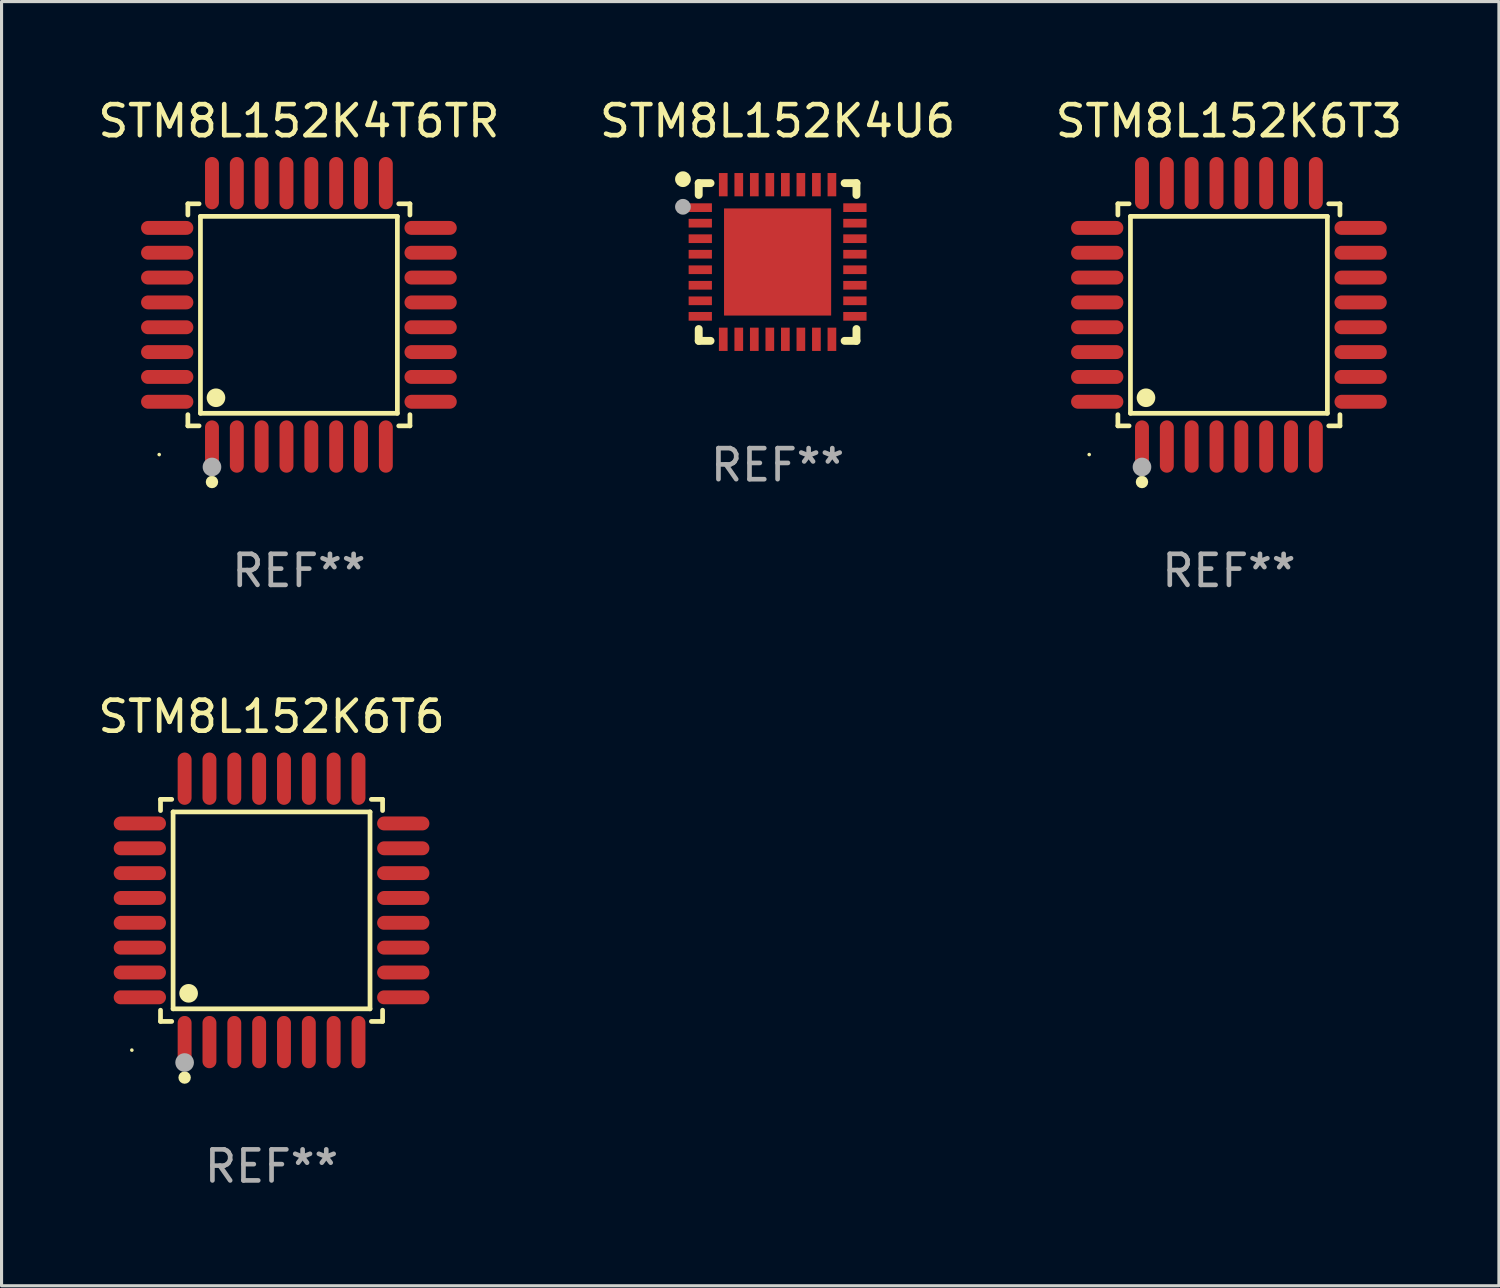
<source format=kicad_pcb>
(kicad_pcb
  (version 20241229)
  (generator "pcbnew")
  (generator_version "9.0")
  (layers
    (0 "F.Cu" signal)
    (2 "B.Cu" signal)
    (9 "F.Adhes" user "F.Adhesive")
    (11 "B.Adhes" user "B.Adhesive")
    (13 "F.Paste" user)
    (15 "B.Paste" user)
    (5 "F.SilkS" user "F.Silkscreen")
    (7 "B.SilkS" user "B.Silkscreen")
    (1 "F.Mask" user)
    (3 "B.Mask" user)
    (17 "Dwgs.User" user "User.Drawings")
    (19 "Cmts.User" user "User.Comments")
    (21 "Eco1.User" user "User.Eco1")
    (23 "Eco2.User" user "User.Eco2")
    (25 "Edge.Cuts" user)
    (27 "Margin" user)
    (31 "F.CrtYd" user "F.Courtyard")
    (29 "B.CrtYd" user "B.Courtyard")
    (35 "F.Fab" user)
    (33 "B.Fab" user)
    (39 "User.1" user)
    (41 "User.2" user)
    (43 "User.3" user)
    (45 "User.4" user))
  (footprint "STM8L152K6T3"
    (layer "F.Cu")
    (at 36.53 7.09)
    (property "Reference" "STM8L152K6T3" (at 0 -6.242 0) (layer "F.SilkS") (effects (font (size 1 1) (thickness 0.15))))
    (attr through_hole)
    (fp_line (start -3.576 -3.576) (end -3.215 -3.576) (stroke (width 0.152) (type solid)) (layer "F.SilkS"))
    (fp_line (start -3.576 -3.215) (end -3.576 -3.576) (stroke (width 0.152) (type solid)) (layer "F.SilkS"))
    (fp_line (start -3.576 3.215) (end -3.576 3.576) (stroke (width 0.152) (type solid)) (layer "F.SilkS"))
    (fp_line (start -3.576 3.576) (end -3.215 3.576) (stroke (width 0.152) (type solid)) (layer "F.SilkS"))
    (fp_line (start -3.171 -3.171) (end 3.171 -3.171) (stroke (width 0.152) (type solid)) (layer "F.SilkS"))
    (fp_line (start -3.171 3.171) (end -3.171 -3.171) (stroke (width 0.152) (type solid)) (layer "F.SilkS"))
    (fp_line (start 3.171 -3.171) (end 3.171 3.171) (stroke (width 0.152) (type solid)) (layer "F.SilkS"))
    (fp_line (start 3.171 3.171) (end -3.171 3.171) (stroke (width 0.152) (type solid)) (layer "F.SilkS"))
    (fp_line (start 3.576 -3.576) (end 3.215 -3.576) (stroke (width 0.152) (type solid)) (layer "F.SilkS"))
    (fp_line (start 3.576 -3.215) (end 3.576 -3.576) (stroke (width 0.152) (type solid)) (layer "F.SilkS"))
    (fp_line (start 3.576 3.215) (end 3.576 3.576) (stroke (width 0.152) (type solid)) (layer "F.SilkS"))
    (fp_line (start 3.576 3.576) (end 3.215 3.576) (stroke (width 0.152) (type solid)) (layer "F.SilkS"))
    (fp_circle (center -4.5 4.5) (end -4.47 4.5) (stroke (width 0.06) (type solid)) (fill no) (layer "F.SilkS"))
    (fp_circle (center -2.8 5.384) (end -2.7 5.384) (stroke (width 0.2) (type solid)) (fill no) (layer "F.SilkS"))
    (fp_circle (center -2.671 2.671) (end -2.521 2.671) (stroke (width 0.3) (type solid)) (fill no) (layer "F.SilkS"))
    (fp_circle (center -2.8 4.9) (end -2.65 4.9) (stroke (width 0.3) (type solid)) (fill no) (layer "F.Fab"))
    (fp_text user "REF**" (at 0 8.242 0) (layer "F.Fab") (effects (font (size 1 1) (thickness 0.15))))
    (pad "1" smd oval (at -2.8 4.242) (size 0.448 1.684) (layers "F.Cu" "F.Mask" "F.Paste"))
    (pad "2" smd oval (at -2 4.242) (size 0.448 1.684) (layers "F.Cu" "F.Mask" "F.Paste"))
    (pad "3" smd oval (at -1.2 4.242) (size 0.448 1.684) (layers "F.Cu" "F.Mask" "F.Paste"))
    (pad "4" smd oval (at -0.4 4.242) (size 0.448 1.684) (layers "F.Cu" "F.Mask" "F.Paste"))
    (pad "5" smd oval (at 0.4 4.242) (size 0.448 1.684) (layers "F.Cu" "F.Mask" "F.Paste"))
    (pad "6" smd oval (at 1.2 4.242) (size 0.448 1.684) (layers "F.Cu" "F.Mask" "F.Paste"))
    (pad "7" smd oval (at 2 4.242) (size 0.448 1.684) (layers "F.Cu" "F.Mask" "F.Paste"))
    (pad "8" smd oval (at 2.8 4.242) (size 0.448 1.684) (layers "F.Cu" "F.Mask" "F.Paste"))
    (pad "9" smd oval (at 4.242 2.8) (size 1.684 0.448) (layers "F.Cu" "F.Mask" "F.Paste"))
    (pad "10" smd oval (at 4.242 2) (size 1.684 0.448) (layers "F.Cu" "F.Mask" "F.Paste"))
    (pad "11" smd oval (at 4.242 1.2) (size 1.684 0.448) (layers "F.Cu" "F.Mask" "F.Paste"))
    (pad "12" smd oval (at 4.242 0.4) (size 1.684 0.448) (layers "F.Cu" "F.Mask" "F.Paste"))
    (pad "13" smd oval (at 4.242 -0.4) (size 1.684 0.448) (layers "F.Cu" "F.Mask" "F.Paste"))
    (pad "14" smd oval (at 4.242 -1.2) (size 1.684 0.448) (layers "F.Cu" "F.Mask" "F.Paste"))
    (pad "15" smd oval (at 4.242 -2) (size 1.684 0.448) (layers "F.Cu" "F.Mask" "F.Paste"))
    (pad "16" smd oval (at 4.242 -2.8) (size 1.684 0.448) (layers "F.Cu" "F.Mask" "F.Paste"))
    (pad "17" smd oval (at 2.8 -4.242) (size 0.448 1.684) (layers "F.Cu" "F.Mask" "F.Paste"))
    (pad "18" smd oval (at 2 -4.242) (size 0.448 1.684) (layers "F.Cu" "F.Mask" "F.Paste"))
    (pad "19" smd oval (at 1.2 -4.242) (size 0.448 1.684) (layers "F.Cu" "F.Mask" "F.Paste"))
    (pad "20" smd oval (at 0.4 -4.242) (size 0.448 1.684) (layers "F.Cu" "F.Mask" "F.Paste"))
    (pad "21" smd oval (at -0.4 -4.242) (size 0.448 1.684) (layers "F.Cu" "F.Mask" "F.Paste"))
    (pad "22" smd oval (at -1.2 -4.242) (size 0.448 1.684) (layers "F.Cu" "F.Mask" "F.Paste"))
    (pad "23" smd oval (at -2 -4.242) (size 0.448 1.684) (layers "F.Cu" "F.Mask" "F.Paste"))
    (pad "24" smd oval (at -2.8 -4.242) (size 0.448 1.684) (layers "F.Cu" "F.Mask" "F.Paste"))
    (pad "25" smd oval (at -4.242 -2.8) (size 1.684 0.448) (layers "F.Cu" "F.Mask" "F.Paste"))
    (pad "26" smd oval (at -4.242 -2) (size 1.684 0.448) (layers "F.Cu" "F.Mask" "F.Paste"))
    (pad "27" smd oval (at -4.242 -1.2) (size 1.684 0.448) (layers "F.Cu" "F.Mask" "F.Paste"))
    (pad "28" smd oval (at -4.242 -0.4) (size 1.684 0.448) (layers "F.Cu" "F.Mask" "F.Paste"))
    (pad "29" smd oval (at -4.242 0.4) (size 1.684 0.448) (layers "F.Cu" "F.Mask" "F.Paste"))
    (pad "30" smd oval (at -4.242 1.2) (size 1.684 0.448) (layers "F.Cu" "F.Mask" "F.Paste"))
    (pad "31" smd oval (at -4.242 2) (size 1.684 0.448) (layers "F.Cu" "F.Mask" "F.Paste"))
    (pad "32" smd oval (at -4.242 2.8) (size 1.684 0.448) (layers "F.Cu" "F.Mask" "F.Paste")))
  (footprint "STM8L152K4T6TR"
    (layer "F.Cu")
    (at 6.577 7.09)
    (property "Reference" "STM8L152K4T6TR" (at 0 -6.242 0) (layer "F.SilkS") (effects (font (size 1 1) (thickness 0.15))))
    (attr through_hole)
    (fp_line (start -3.576 -3.576) (end -3.215 -3.576) (stroke (width 0.152) (type solid)) (layer "F.SilkS"))
    (fp_line (start -3.576 -3.215) (end -3.576 -3.576) (stroke (width 0.152) (type solid)) (layer "F.SilkS"))
    (fp_line (start -3.576 3.215) (end -3.576 3.576) (stroke (width 0.152) (type solid)) (layer "F.SilkS"))
    (fp_line (start -3.576 3.576) (end -3.215 3.576) (stroke (width 0.152) (type solid)) (layer "F.SilkS"))
    (fp_line (start -3.171 -3.171) (end 3.171 -3.171) (stroke (width 0.152) (type solid)) (layer "F.SilkS"))
    (fp_line (start -3.171 3.171) (end -3.171 -3.171) (stroke (width 0.152) (type solid)) (layer "F.SilkS"))
    (fp_line (start 3.171 -3.171) (end 3.171 3.171) (stroke (width 0.152) (type solid)) (layer "F.SilkS"))
    (fp_line (start 3.171 3.171) (end -3.171 3.171) (stroke (width 0.152) (type solid)) (layer "F.SilkS"))
    (fp_line (start 3.576 -3.576) (end 3.215 -3.576) (stroke (width 0.152) (type solid)) (layer "F.SilkS"))
    (fp_line (start 3.576 -3.215) (end 3.576 -3.576) (stroke (width 0.152) (type solid)) (layer "F.SilkS"))
    (fp_line (start 3.576 3.215) (end 3.576 3.576) (stroke (width 0.152) (type solid)) (layer "F.SilkS"))
    (fp_line (start 3.576 3.576) (end 3.215 3.576) (stroke (width 0.152) (type solid)) (layer "F.SilkS"))
    (fp_circle (center -4.5 4.5) (end -4.47 4.5) (stroke (width 0.06) (type solid)) (fill no) (layer "F.SilkS"))
    (fp_circle (center -2.8 5.384) (end -2.7 5.384) (stroke (width 0.2) (type solid)) (fill no) (layer "F.SilkS"))
    (fp_circle (center -2.671 2.671) (end -2.521 2.671) (stroke (width 0.3) (type solid)) (fill no) (layer "F.SilkS"))
    (fp_circle (center -2.8 4.9) (end -2.65 4.9) (stroke (width 0.3) (type solid)) (fill no) (layer "F.Fab"))
    (fp_text user "REF**" (at 0 8.242 0) (layer "F.Fab") (effects (font (size 1 1) (thickness 0.15))))
    (pad "1" smd oval (at -2.8 4.242) (size 0.448 1.684) (layers "F.Cu" "F.Mask" "F.Paste"))
    (pad "2" smd oval (at -2 4.242) (size 0.448 1.684) (layers "F.Cu" "F.Mask" "F.Paste"))
    (pad "3" smd oval (at -1.2 4.242) (size 0.448 1.684) (layers "F.Cu" "F.Mask" "F.Paste"))
    (pad "4" smd oval (at -0.4 4.242) (size 0.448 1.684) (layers "F.Cu" "F.Mask" "F.Paste"))
    (pad "5" smd oval (at 0.4 4.242) (size 0.448 1.684) (layers "F.Cu" "F.Mask" "F.Paste"))
    (pad "6" smd oval (at 1.2 4.242) (size 0.448 1.684) (layers "F.Cu" "F.Mask" "F.Paste"))
    (pad "7" smd oval (at 2 4.242) (size 0.448 1.684) (layers "F.Cu" "F.Mask" "F.Paste"))
    (pad "8" smd oval (at 2.8 4.242) (size 0.448 1.684) (layers "F.Cu" "F.Mask" "F.Paste"))
    (pad "9" smd oval (at 4.242 2.8) (size 1.684 0.448) (layers "F.Cu" "F.Mask" "F.Paste"))
    (pad "10" smd oval (at 4.242 2) (size 1.684 0.448) (layers "F.Cu" "F.Mask" "F.Paste"))
    (pad "11" smd oval (at 4.242 1.2) (size 1.684 0.448) (layers "F.Cu" "F.Mask" "F.Paste"))
    (pad "12" smd oval (at 4.242 0.4) (size 1.684 0.448) (layers "F.Cu" "F.Mask" "F.Paste"))
    (pad "13" smd oval (at 4.242 -0.4) (size 1.684 0.448) (layers "F.Cu" "F.Mask" "F.Paste"))
    (pad "14" smd oval (at 4.242 -1.2) (size 1.684 0.448) (layers "F.Cu" "F.Mask" "F.Paste"))
    (pad "15" smd oval (at 4.242 -2) (size 1.684 0.448) (layers "F.Cu" "F.Mask" "F.Paste"))
    (pad "16" smd oval (at 4.242 -2.8) (size 1.684 0.448) (layers "F.Cu" "F.Mask" "F.Paste"))
    (pad "17" smd oval (at 2.8 -4.242) (size 0.448 1.684) (layers "F.Cu" "F.Mask" "F.Paste"))
    (pad "18" smd oval (at 2 -4.242) (size 0.448 1.684) (layers "F.Cu" "F.Mask" "F.Paste"))
    (pad "19" smd oval (at 1.2 -4.242) (size 0.448 1.684) (layers "F.Cu" "F.Mask" "F.Paste"))
    (pad "20" smd oval (at 0.4 -4.242) (size 0.448 1.684) (layers "F.Cu" "F.Mask" "F.Paste"))
    (pad "21" smd oval (at -0.4 -4.242) (size 0.448 1.684) (layers "F.Cu" "F.Mask" "F.Paste"))
    (pad "22" smd oval (at -1.2 -4.242) (size 0.448 1.684) (layers "F.Cu" "F.Mask" "F.Paste"))
    (pad "23" smd oval (at -2 -4.242) (size 0.448 1.684) (layers "F.Cu" "F.Mask" "F.Paste"))
    (pad "24" smd oval (at -2.8 -4.242) (size 0.448 1.684) (layers "F.Cu" "F.Mask" "F.Paste"))
    (pad "25" smd oval (at -4.242 -2.8) (size 1.684 0.448) (layers "F.Cu" "F.Mask" "F.Paste"))
    (pad "26" smd oval (at -4.242 -2) (size 1.684 0.448) (layers "F.Cu" "F.Mask" "F.Paste"))
    (pad "27" smd oval (at -4.242 -1.2) (size 1.684 0.448) (layers "F.Cu" "F.Mask" "F.Paste"))
    (pad "28" smd oval (at -4.242 -0.4) (size 1.684 0.448) (layers "F.Cu" "F.Mask" "F.Paste"))
    (pad "29" smd oval (at -4.242 0.4) (size 1.684 0.448) (layers "F.Cu" "F.Mask" "F.Paste"))
    (pad "30" smd oval (at -4.242 1.2) (size 1.684 0.448) (layers "F.Cu" "F.Mask" "F.Paste"))
    (pad "31" smd oval (at -4.242 2) (size 1.684 0.448) (layers "F.Cu" "F.Mask" "F.Paste"))
    (pad "32" smd oval (at -4.242 2.8) (size 1.684 0.448) (layers "F.Cu" "F.Mask" "F.Paste")))
  (footprint "STM8L152K4U6"
    (layer "F.Cu")
    (at 21.994 5.388)
    (property "Reference" "STM8L152K4U6" (at 0 -4.54 0) (layer "F.SilkS") (effects (font (size 1 1) (thickness 0.15))))
    (attr through_hole)
    (fp_line (start -2.54 -2.54) (end -2.159 -2.54) (stroke (width 0.254) (type solid)) (layer "F.SilkS"))
    (fp_line (start -2.54 -2.159) (end -2.54 -2.54) (stroke (width 0.254) (type solid)) (layer "F.SilkS"))
    (fp_line (start -2.54 2.54) (end -2.54 2.159) (stroke (width 0.254) (type solid)) (layer "F.SilkS"))
    (fp_line (start -2.159 2.54) (end -2.54 2.54) (stroke (width 0.254) (type solid)) (layer "F.SilkS"))
    (fp_line (start 2.159 -2.54) (end 2.54 -2.54) (stroke (width 0.254) (type solid)) (layer "F.SilkS"))
    (fp_line (start 2.54 -2.54) (end 2.54 -2.159) (stroke (width 0.254) (type solid)) (layer "F.SilkS"))
    (fp_line (start 2.54 2.159) (end 2.54 2.54) (stroke (width 0.254) (type solid)) (layer "F.SilkS"))
    (fp_line (start 2.54 2.54) (end 2.159 2.54) (stroke (width 0.254) (type solid)) (layer "F.SilkS"))
    (fp_circle (center -3.048 -2.667) (end -2.921 -2.667) (stroke (width 0.254) (type solid)) (fill no) (layer "F.SilkS"))
    (fp_circle (center -2.5 -2.5) (end -2.47 -2.5) (stroke (width 0.06) (type solid)) (fill no) (layer "F.SilkS"))
    (fp_circle (center -3.048 -1.778) (end -2.921 -1.778) (stroke (width 0.254) (type solid)) (fill no) (layer "F.Fab"))
    (fp_text user "REF**" (at 0 6.54 0) (layer "F.Fab") (effects (font (size 1 1) (thickness 0.15))))
    (pad "1" smd rect (at -2.49 -1.75) (size 0.75 0.28) (layers "F.Cu" "F.Mask" "F.Paste"))
    (pad "2" smd rect (at -2.49 -1.25) (size 0.75 0.28) (layers "F.Cu" "F.Mask" "F.Paste"))
    (pad "3" smd rect (at -2.49 -0.75) (size 0.75 0.28) (layers "F.Cu" "F.Mask" "F.Paste"))
    (pad "4" smd rect (at -2.49 -0.25) (size 0.75 0.28) (layers "F.Cu" "F.Mask" "F.Paste"))
    (pad "5" smd rect (at -2.49 0.25) (size 0.75 0.28) (layers "F.Cu" "F.Mask" "F.Paste"))
    (pad "6" smd rect (at -2.49 0.75) (size 0.75 0.28) (layers "F.Cu" "F.Mask" "F.Paste"))
    (pad "7" smd rect (at -2.49 1.25) (size 0.75 0.28) (layers "F.Cu" "F.Mask" "F.Paste"))
    (pad "8" smd rect (at -2.49 1.75) (size 0.75 0.28) (layers "F.Cu" "F.Mask" "F.Paste"))
    (pad "9" smd rect (at -1.75 2.49) (size 0.28 0.75) (layers "F.Cu" "F.Mask" "F.Paste"))
    (pad "10" smd rect (at -1.25 2.49) (size 0.28 0.75) (layers "F.Cu" "F.Mask" "F.Paste"))
    (pad "11" smd rect (at -0.75 2.49) (size 0.28 0.75) (layers "F.Cu" "F.Mask" "F.Paste"))
    (pad "12" smd rect (at -0.25 2.49) (size 0.28 0.75) (layers "F.Cu" "F.Mask" "F.Paste"))
    (pad "13" smd rect (at 0.25 2.49) (size 0.28 0.75) (layers "F.Cu" "F.Mask" "F.Paste"))
    (pad "14" smd rect (at 0.75 2.49) (size 0.28 0.75) (layers "F.Cu" "F.Mask" "F.Paste"))
    (pad "15" smd rect (at 1.25 2.49) (size 0.28 0.75) (layers "F.Cu" "F.Mask" "F.Paste"))
    (pad "16" smd rect (at 1.75 2.49) (size 0.28 0.75) (layers "F.Cu" "F.Mask" "F.Paste"))
    (pad "17" smd rect (at 2.49 1.75) (size 0.75 0.28) (layers "F.Cu" "F.Mask" "F.Paste"))
    (pad "18" smd rect (at 2.49 1.25) (size 0.75 0.28) (layers "F.Cu" "F.Mask" "F.Paste"))
    (pad "19" smd rect (at 2.49 0.75) (size 0.75 0.28) (layers "F.Cu" "F.Mask" "F.Paste"))
    (pad "20" smd rect (at 2.49 0.25) (size 0.75 0.28) (layers "F.Cu" "F.Mask" "F.Paste"))
    (pad "21" smd rect (at 2.49 -0.25) (size 0.75 0.28) (layers "F.Cu" "F.Mask" "F.Paste"))
    (pad "22" smd rect (at 2.49 -0.75) (size 0.75 0.28) (layers "F.Cu" "F.Mask" "F.Paste"))
    (pad "23" smd rect (at 2.49 -1.25) (size 0.75 0.28) (layers "F.Cu" "F.Mask" "F.Paste"))
    (pad "24" smd rect (at 2.49 -1.75) (size 0.75 0.28) (layers "F.Cu" "F.Mask" "F.Paste"))
    (pad "25" smd rect (at 1.75 -2.49) (size 0.28 0.75) (layers "F.Cu" "F.Mask" "F.Paste"))
    (pad "26" smd rect (at 1.25 -2.49) (size 0.28 0.75) (layers "F.Cu" "F.Mask" "F.Paste"))
    (pad "27" smd rect (at 0.75 -2.49) (size 0.28 0.75) (layers "F.Cu" "F.Mask" "F.Paste"))
    (pad "28" smd rect (at 0.25 -2.49) (size 0.28 0.75) (layers "F.Cu" "F.Mask" "F.Paste"))
    (pad "29" smd rect (at -0.25 -2.49) (size 0.28 0.75) (layers "F.Cu" "F.Mask" "F.Paste"))
    (pad "30" smd rect (at -0.75 -2.49) (size 0.28 0.75) (layers "F.Cu" "F.Mask" "F.Paste"))
    (pad "31" smd rect (at -1.25 -2.49) (size 0.28 0.75) (layers "F.Cu" "F.Mask" "F.Paste"))
    (pad "32" smd rect (at -1.75 -2.49) (size 0.28 0.75) (layers "F.Cu" "F.Mask" "F.Paste"))
    (pad "33" smd rect (at 0 0) (size 3.45 3.45) (layers "F.Cu" "F.Mask" "F.Paste")))
  (footprint "STM8L152K6T6"
    (layer "F.Cu")
    (at 5.696 26.271)
    (property "Reference" "STM8L152K6T6" (at 0 -6.242 0) (layer "F.SilkS") (effects (font (size 1 1) (thickness 0.15))))
    (attr through_hole)
    (fp_line (start -3.576 -3.576) (end -3.215 -3.576) (stroke (width 0.152) (type solid)) (layer "F.SilkS"))
    (fp_line (start -3.576 -3.215) (end -3.576 -3.576) (stroke (width 0.152) (type solid)) (layer "F.SilkS"))
    (fp_line (start -3.576 3.215) (end -3.576 3.576) (stroke (width 0.152) (type solid)) (layer "F.SilkS"))
    (fp_line (start -3.576 3.576) (end -3.215 3.576) (stroke (width 0.152) (type solid)) (layer "F.SilkS"))
    (fp_line (start -3.171 -3.171) (end 3.171 -3.171) (stroke (width 0.152) (type solid)) (layer "F.SilkS"))
    (fp_line (start -3.171 3.171) (end -3.171 -3.171) (stroke (width 0.152) (type solid)) (layer "F.SilkS"))
    (fp_line (start 3.171 -3.171) (end 3.171 3.171) (stroke (width 0.152) (type solid)) (layer "F.SilkS"))
    (fp_line (start 3.171 3.171) (end -3.171 3.171) (stroke (width 0.152) (type solid)) (layer "F.SilkS"))
    (fp_line (start 3.576 -3.576) (end 3.215 -3.576) (stroke (width 0.152) (type solid)) (layer "F.SilkS"))
    (fp_line (start 3.576 -3.215) (end 3.576 -3.576) (stroke (width 0.152) (type solid)) (layer "F.SilkS"))
    (fp_line (start 3.576 3.215) (end 3.576 3.576) (stroke (width 0.152) (type solid)) (layer "F.SilkS"))
    (fp_line (start 3.576 3.576) (end 3.215 3.576) (stroke (width 0.152) (type solid)) (layer "F.SilkS"))
    (fp_circle (center -4.5 4.5) (end -4.47 4.5) (stroke (width 0.06) (type solid)) (fill no) (layer "F.SilkS"))
    (fp_circle (center -2.8 5.384) (end -2.7 5.384) (stroke (width 0.2) (type solid)) (fill no) (layer "F.SilkS"))
    (fp_circle (center -2.671 2.671) (end -2.521 2.671) (stroke (width 0.3) (type solid)) (fill no) (layer "F.SilkS"))
    (fp_circle (center -2.8 4.9) (end -2.65 4.9) (stroke (width 0.3) (type solid)) (fill no) (layer "F.Fab"))
    (fp_text user "REF**" (at 0 8.242 0) (layer "F.Fab") (effects (font (size 1 1) (thickness 0.15))))
    (pad "1" smd oval (at -2.8 4.242) (size 0.448 1.684) (layers "F.Cu" "F.Mask" "F.Paste"))
    (pad "2" smd oval (at -2 4.242) (size 0.448 1.684) (layers "F.Cu" "F.Mask" "F.Paste"))
    (pad "3" smd oval (at -1.2 4.242) (size 0.448 1.684) (layers "F.Cu" "F.Mask" "F.Paste"))
    (pad "4" smd oval (at -0.4 4.242) (size 0.448 1.684) (layers "F.Cu" "F.Mask" "F.Paste"))
    (pad "5" smd oval (at 0.4 4.242) (size 0.448 1.684) (layers "F.Cu" "F.Mask" "F.Paste"))
    (pad "6" smd oval (at 1.2 4.242) (size 0.448 1.684) (layers "F.Cu" "F.Mask" "F.Paste"))
    (pad "7" smd oval (at 2 4.242) (size 0.448 1.684) (layers "F.Cu" "F.Mask" "F.Paste"))
    (pad "8" smd oval (at 2.8 4.242) (size 0.448 1.684) (layers "F.Cu" "F.Mask" "F.Paste"))
    (pad "9" smd oval (at 4.242 2.8) (size 1.684 0.448) (layers "F.Cu" "F.Mask" "F.Paste"))
    (pad "10" smd oval (at 4.242 2) (size 1.684 0.448) (layers "F.Cu" "F.Mask" "F.Paste"))
    (pad "11" smd oval (at 4.242 1.2) (size 1.684 0.448) (layers "F.Cu" "F.Mask" "F.Paste"))
    (pad "12" smd oval (at 4.242 0.4) (size 1.684 0.448) (layers "F.Cu" "F.Mask" "F.Paste"))
    (pad "13" smd oval (at 4.242 -0.4) (size 1.684 0.448) (layers "F.Cu" "F.Mask" "F.Paste"))
    (pad "14" smd oval (at 4.242 -1.2) (size 1.684 0.448) (layers "F.Cu" "F.Mask" "F.Paste"))
    (pad "15" smd oval (at 4.242 -2) (size 1.684 0.448) (layers "F.Cu" "F.Mask" "F.Paste"))
    (pad "16" smd oval (at 4.242 -2.8) (size 1.684 0.448) (layers "F.Cu" "F.Mask" "F.Paste"))
    (pad "17" smd oval (at 2.8 -4.242) (size 0.448 1.684) (layers "F.Cu" "F.Mask" "F.Paste"))
    (pad "18" smd oval (at 2 -4.242) (size 0.448 1.684) (layers "F.Cu" "F.Mask" "F.Paste"))
    (pad "19" smd oval (at 1.2 -4.242) (size 0.448 1.684) (layers "F.Cu" "F.Mask" "F.Paste"))
    (pad "20" smd oval (at 0.4 -4.242) (size 0.448 1.684) (layers "F.Cu" "F.Mask" "F.Paste"))
    (pad "21" smd oval (at -0.4 -4.242) (size 0.448 1.684) (layers "F.Cu" "F.Mask" "F.Paste"))
    (pad "22" smd oval (at -1.2 -4.242) (size 0.448 1.684) (layers "F.Cu" "F.Mask" "F.Paste"))
    (pad "23" smd oval (at -2 -4.242) (size 0.448 1.684) (layers "F.Cu" "F.Mask" "F.Paste"))
    (pad "24" smd oval (at -2.8 -4.242) (size 0.448 1.684) (layers "F.Cu" "F.Mask" "F.Paste"))
    (pad "25" smd oval (at -4.242 -2.8) (size 1.684 0.448) (layers "F.Cu" "F.Mask" "F.Paste"))
    (pad "26" smd oval (at -4.242 -2) (size 1.684 0.448) (layers "F.Cu" "F.Mask" "F.Paste"))
    (pad "27" smd oval (at -4.242 -1.2) (size 1.684 0.448) (layers "F.Cu" "F.Mask" "F.Paste"))
    (pad "28" smd oval (at -4.242 -0.4) (size 1.684 0.448) (layers "F.Cu" "F.Mask" "F.Paste"))
    (pad "29" smd oval (at -4.242 0.4) (size 1.684 0.448) (layers "F.Cu" "F.Mask" "F.Paste"))
    (pad "30" smd oval (at -4.242 1.2) (size 1.684 0.448) (layers "F.Cu" "F.Mask" "F.Paste"))
    (pad "31" smd oval (at -4.242 2) (size 1.684 0.448) (layers "F.Cu" "F.Mask" "F.Paste"))
    (pad "32" smd oval (at -4.242 2.8) (size 1.684 0.448) (layers "F.Cu" "F.Mask" "F.Paste")))
  (gr_rect
    (start -3 -3)
    (end 45.226 38.361)
    (stroke (width 0.1) (type default))
    (fill no)
    (layer "Edge.Cuts")))
</source>
